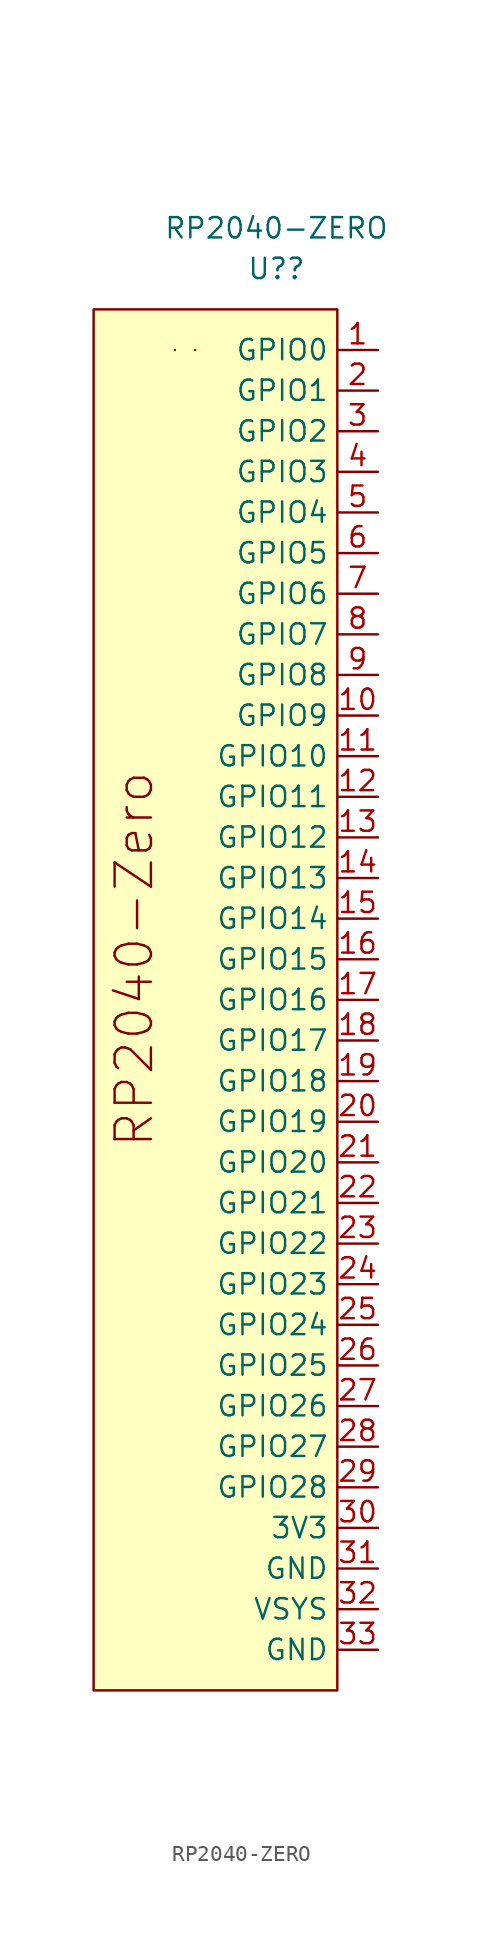
<source format=kicad_sym>
(kicad_symbol_lib
  (version 20211014)
  (generator kicad_symbol_editor)
  (symbol "RP2040-ZERO"
    (property "Reference" "U?"
      (at -7.62 3.81 0)
      (effects (font (size 1.27 1.27))))
    (property "Value" "RP2040-ZERO"
      (at -7.62 6.35 0)
      (effects (font (size 1.27 1.27))))
    (symbol "RP2040-ZERO_0_0"
      (text "RP2040-Zero" (at -16.51 -39.37 900) (effects (font (size 2.27 2.27)))))
    (symbol "RP2040-ZERO_0_1"
      (rectangle (start -19.05 1.27) (end -3.81 -85.09) (stroke (width 0) (type default) (color 0 0 0 0)) (fill (type background)))
      (rectangle (start -13.97 -1.27) (end -13.97 -1.27) (stroke (width 0) (type default) (color 0 0 0 0)) (fill (type none)))
      (rectangle (start -12.7 -1.27) (end -12.7 -1.27) (stroke (width 0) (type default) (color 0 0 0 0)) (fill (type none))))
    (symbol "RP2040-ZERO_1_1"
      (pin bidirectional line (at -1.27 -1.27 180) (length 2.54) (name "GPIO0" (effects (font (size 1.27 1.27)))) (number "1" (effects (font (size 1.27 1.27)))))
      (pin bidirectional line (at -1.27 -24.13 180) (length 2.54) (name "GPIO9" (effects (font (size 1.27 1.27)))) (number "10" (effects (font (size 1.27 1.27)))))
      (pin bidirectional line (at -1.27 -26.67 180) (length 2.54) (name "GPIO10" (effects (font (size 1.27 1.27)))) (number "11" (effects (font (size 1.27 1.27)))))
      (pin bidirectional line (at -1.27 -29.21 180) (length 2.54) (name "GPIO11" (effects (font (size 1.27 1.27)))) (number "12" (effects (font (size 1.27 1.27)))))
      (pin bidirectional line (at -1.27 -31.75 180) (length 2.54) (name "GPIO12" (effects (font (size 1.27 1.27)))) (number "13" (effects (font (size 1.27 1.27)))))
      (pin bidirectional line (at -1.27 -34.29 180) (length 2.54) (name "GPIO13" (effects (font (size 1.27 1.27)))) (number "14" (effects (font (size 1.27 1.27)))))
      (pin bidirectional line (at -1.27 -36.83 180) (length 2.54) (name "GPIO14" (effects (font (size 1.27 1.27)))) (number "15" (effects (font (size 1.27 1.27)))))
      (pin bidirectional line (at -1.27 -39.37 180) (length 2.54) (name "GPIO15" (effects (font (size 1.27 1.27)))) (number "16" (effects (font (size 1.27 1.27)))))
      (pin bidirectional line (at -1.27 -41.91 180) (length 2.54) (name "GPIO16" (effects (font (size 1.27 1.27)))) (number "17" (effects (font (size 1.27 1.27)))))
      (pin bidirectional line (at -1.27 -44.45 180) (length 2.54) (name "GPIO17" (effects (font (size 1.27 1.27)))) (number "18" (effects (font (size 1.27 1.27)))))
      (pin bidirectional line (at -1.27 -46.99 180) (length 2.54) (name "GPIO18" (effects (font (size 1.27 1.27)))) (number "19" (effects (font (size 1.27 1.27)))))
      (pin bidirectional line (at -1.27 -3.81 180) (length 2.54) (name "GPIO1" (effects (font (size 1.27 1.27)))) (number "2" (effects (font (size 1.27 1.27)))))
      (pin bidirectional line (at -1.27 -49.53 180) (length 2.54) (name "GPIO19" (effects (font (size 1.27 1.27)))) (number "20" (effects (font (size 1.27 1.27)))))
      (pin bidirectional line (at -1.27 -52.07 180) (length 2.54) (name "GPIO20" (effects (font (size 1.27 1.27)))) (number "21" (effects (font (size 1.27 1.27)))))
      (pin bidirectional line (at -1.27 -54.61 180) (length 2.54) (name "GPIO21" (effects (font (size 1.27 1.27)))) (number "22" (effects (font (size 1.27 1.27)))))
      (pin bidirectional line (at -1.27 -57.15 180) (length 2.54) (name "GPIO22" (effects (font (size 1.27 1.27)))) (number "23" (effects (font (size 1.27 1.27)))))
      (pin bidirectional line (at -1.27 -59.69 180) (length 2.54) (name "GPIO23" (effects (font (size 1.27 1.27)))) (number "24" (effects (font (size 1.27 1.27)))))
      (pin bidirectional line (at -1.27 -62.23 180) (length 2.54) (name "GPIO24" (effects (font (size 1.27 1.27)))) (number "25" (effects (font (size 1.27 1.27)))))
      (pin bidirectional line (at -1.27 -64.77 180) (length 2.54) (name "GPIO25" (effects (font (size 1.27 1.27)))) (number "26" (effects (font (size 1.27 1.27)))))
      (pin bidirectional line (at -1.27 -67.31 180) (length 2.54) (name "GPIO26" (effects (font (size 1.27 1.27)))) (number "27" (effects (font (size 1.27 1.27)))))
      (pin bidirectional line (at -1.27 -69.85 180) (length 2.54) (name "GPIO27" (effects (font (size 1.27 1.27)))) (number "28" (effects (font (size 1.27 1.27)))))
      (pin bidirectional line (at -1.27 -72.39 180) (length 2.54) (name "GPIO28" (effects (font (size 1.27 1.27)))) (number "29" (effects (font (size 1.27 1.27)))))
      (pin bidirectional line (at -1.27 -6.35 180) (length 2.54) (name "GPIO2" (effects (font (size 1.27 1.27)))) (number "3" (effects (font (size 1.27 1.27)))))
      (pin power_out line (at -1.27 -74.93 180) (length 2.54) (name "3V3" (effects (font (size 1.27 1.27)))) (number "30" (effects (font (size 1.27 1.27)))))
      (pin power_in line (at -1.27 -77.47 180) (length 2.54) (name "GND" (effects (font (size 1.27 1.27)))) (number "31" (effects (font (size 1.27 1.27)))))
      (pin power_in line (at -1.27 -80.01 180) (length 2.54) (name "VSYS" (effects (font (size 1.27 1.27)))) (number "32" (effects (font (size 1.27 1.27)))))
      (pin power_in line (at -1.27 -82.55 180) (length 2.54) (name "GND" (effects (font (size 1.27 1.27)))) (number "33" (effects (font (size 1.27 1.27)))))
      (pin bidirectional line (at -1.27 -8.89 180) (length 2.54) (name "GPIO3" (effects (font (size 1.27 1.27)))) (number "4" (effects (font (size 1.27 1.27)))))
      (pin bidirectional line (at -1.27 -11.43 180) (length 2.54) (name "GPIO4" (effects (font (size 1.27 1.27)))) (number "5" (effects (font (size 1.27 1.27)))))
      (pin bidirectional line (at -1.27 -13.97 180) (length 2.54) (name "GPIO5" (effects (font (size 1.27 1.27)))) (number "6" (effects (font (size 1.27 1.27)))))
      (pin bidirectional line (at -1.27 -16.51 180) (length 2.54) (name "GPIO6" (effects (font (size 1.27 1.27)))) (number "7" (effects (font (size 1.27 1.27)))))
      (pin bidirectional line (at -1.27 -19.05 180) (length 2.54) (name "GPIO7" (effects (font (size 1.27 1.27)))) (number "8" (effects (font (size 1.27 1.27)))))
      (pin bidirectional line (at -1.27 -21.59 180) (length 2.54) (name "GPIO8" (effects (font (size 1.27 1.27)))) (number "9" (effects (font (size 1.27 1.27))))))))
</source>
